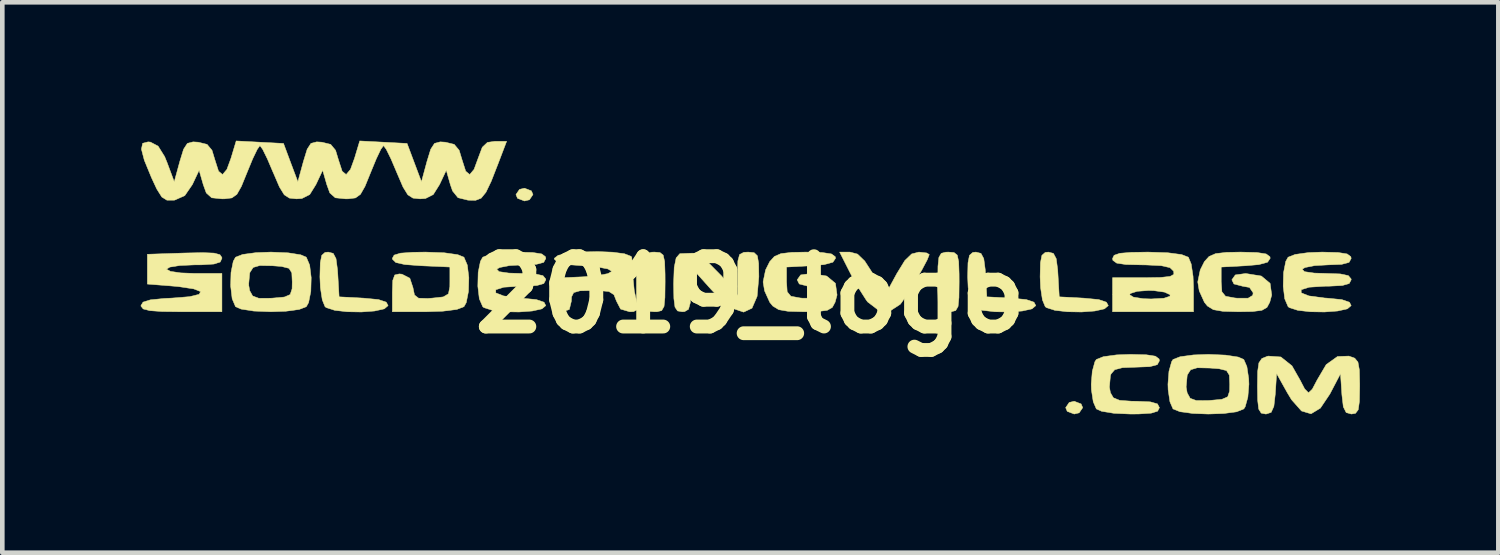
<source format=kicad_pcb>
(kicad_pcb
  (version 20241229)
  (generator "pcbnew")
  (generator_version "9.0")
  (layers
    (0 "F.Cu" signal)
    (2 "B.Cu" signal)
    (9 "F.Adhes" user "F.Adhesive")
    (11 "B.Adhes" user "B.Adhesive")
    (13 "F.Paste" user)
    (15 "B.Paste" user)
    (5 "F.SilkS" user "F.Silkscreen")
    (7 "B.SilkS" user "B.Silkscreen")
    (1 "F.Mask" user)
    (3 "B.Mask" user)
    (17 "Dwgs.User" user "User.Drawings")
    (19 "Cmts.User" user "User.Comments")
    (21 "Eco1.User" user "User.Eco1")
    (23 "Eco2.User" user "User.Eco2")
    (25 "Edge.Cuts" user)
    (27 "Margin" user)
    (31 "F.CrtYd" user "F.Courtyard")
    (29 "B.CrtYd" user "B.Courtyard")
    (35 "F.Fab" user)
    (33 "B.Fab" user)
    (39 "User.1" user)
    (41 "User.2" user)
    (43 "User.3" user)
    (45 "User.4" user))
  (footprint "2019_logo"
    (layer "F.Cu")
    (at 13.213 3.338)
    (property "Reference" "2019_logo" (at 0 0 0) (layer "F.SilkS") (effects (font (size 1.524 1.524) (thickness 0.3))))
    (attr through_hole)
    (fp_poly (pts (xy -4.745 -2.251) (xy -4.711 -2.171) (xy -4.788 -2.058) (xy -4.895 -2.032) (xy -5.046 -2.09) (xy -5.08 -2.171) (xy -5.003 -2.283) (xy -4.895 -2.309) (xy -4.745 -2.251)) (stroke (width 0.01) (type solid)) (fill yes) (layer "F.SilkS"))
    (fp_poly (pts (xy 7.17 2.367) (xy 7.204 2.448) (xy 7.127 2.56) (xy 7.02 2.586) (xy 6.869 2.528) (xy 6.835 2.448) (xy 6.912 2.335) (xy 7.02 2.309) (xy 7.17 2.367)) (stroke (width 0.01) (type solid)) (fill yes) (layer "F.SilkS"))
    (fp_poly (pts (xy -1.958 -0.914) (xy -1.889 -0.859) (xy -1.857 -0.717) (xy -1.848 -0.449) (xy -1.847 -0.277) (xy -1.851 0.061) (xy -1.87 0.254) (xy -1.921 0.343) (xy -2.017 0.368) (xy -2.078 0.369) (xy -2.199 0.36) (xy -2.268 0.305) (xy -2.3 0.163) (xy -2.309 -0.105) (xy -2.309 -0.277) (xy -2.306 -0.615) (xy -2.286 -0.808) (xy -2.235 -0.897) (xy -2.14 -0.922) (xy -2.078 -0.924) (xy -1.958 -0.914)) (stroke (width 0.01) (type solid)) (fill yes) (layer "F.SilkS"))
    (fp_poly (pts (xy 4.416 -0.914) (xy 4.485 -0.859) (xy 4.516 -0.717) (xy 4.525 -0.449) (xy 4.526 -0.277) (xy 4.522 0.061) (xy 4.503 0.254) (xy 4.452 0.343) (xy 4.356 0.368) (xy 4.295 0.369) (xy 4.174 0.36) (xy 4.105 0.305) (xy 4.073 0.163) (xy 4.064 -0.105) (xy 4.064 -0.277) (xy 4.067 -0.615) (xy 4.087 -0.808) (xy 4.138 -0.897) (xy 4.233 -0.922) (xy 4.295 -0.924) (xy 4.416 -0.914)) (stroke (width 0.01) (type solid)) (fill yes) (layer "F.SilkS"))
    (fp_poly (pts (xy -9.04 -0.896) (xy -8.98 -0.782) (xy -8.948 -0.541) (xy -8.941 -0.439) (xy -8.913 0.046) (xy -8.382 0.074) (xy -8.059 0.105) (xy -7.891 0.162) (xy -7.851 0.236) (xy -7.933 0.306) (xy -8.145 0.353) (xy -8.431 0.374) (xy -8.737 0.369) (xy -9.008 0.338) (xy -9.191 0.279) (xy -9.218 0.259) (xy -9.278 0.111) (xy -9.319 -0.156) (xy -9.329 -0.388) (xy -9.321 -0.692) (xy -9.289 -0.854) (xy -9.219 -0.916) (xy -9.149 -0.924) (xy -9.04 -0.896)) (stroke (width 0.01) (type solid)) (fill yes) (layer "F.SilkS"))
    (fp_poly (pts (xy 4.999 -0.896) (xy 5.06 -0.782) (xy 5.092 -0.541) (xy 5.098 -0.439) (xy 5.126 0.046) (xy 5.657 0.074) (xy 5.981 0.105) (xy 6.148 0.162) (xy 6.188 0.236) (xy 6.106 0.306) (xy 5.894 0.353) (xy 5.608 0.374) (xy 5.302 0.369) (xy 5.031 0.338) (xy 4.848 0.279) (xy 4.821 0.259) (xy 4.761 0.111) (xy 4.721 -0.156) (xy 4.711 -0.388) (xy 4.718 -0.692) (xy 4.75 -0.854) (xy 4.821 -0.916) (xy 4.89 -0.924) (xy 4.999 -0.896)) (stroke (width 0.01) (type solid)) (fill yes) (layer "F.SilkS"))
    (fp_poly (pts (xy 6.569 -0.896) (xy 6.63 -0.782) (xy 6.662 -0.541) (xy 6.668 -0.439) (xy 6.696 0.046) (xy 7.227 0.074) (xy 7.551 0.105) (xy 7.718 0.162) (xy 7.759 0.236) (xy 7.676 0.306) (xy 7.465 0.353) (xy 7.179 0.374) (xy 6.873 0.369) (xy 6.601 0.338) (xy 6.418 0.279) (xy 6.392 0.259) (xy 6.331 0.111) (xy 6.291 -0.156) (xy 6.281 -0.388) (xy 6.288 -0.692) (xy 6.32 -0.854) (xy 6.391 -0.916) (xy 6.461 -0.924) (xy 6.569 -0.896)) (stroke (width 0.01) (type solid)) (fill yes) (layer "F.SilkS"))
    (fp_poly (pts (xy 2.323 -0.881) (xy 2.479 -0.731) (xy 2.655 -0.459) (xy 2.923 0.006) (xy 3.176 -0.459) (xy 3.349 -0.741) (xy 3.497 -0.884) (xy 3.654 -0.924) (xy 3.825 -0.905) (xy 3.879 -0.871) (xy 3.834 -0.756) (xy 3.72 -0.541) (xy 3.569 -0.279) (xy 3.412 -0.025) (xy 3.281 0.167) (xy 3.249 0.208) (xy 3.026 0.353) (xy 2.775 0.334) (xy 2.544 0.157) (xy 2.512 0.115) (xy 2.356 -0.13) (xy 2.184 -0.435) (xy 2.135 -0.531) (xy 1.936 -0.924) (xy 2.161 -0.924) (xy 2.323 -0.881)) (stroke (width 0.01) (type solid)) (fill yes) (layer "F.SilkS"))
    (fp_poly (pts (xy 0.083 -0.911) (xy 0.152 -0.845) (xy 0.18 -0.681) (xy 0.185 -0.388) (xy 0.147 0.036) (xy 0.036 0.292) (xy -0.145 0.377) (xy -0.394 0.292) (xy -0.707 0.036) (xy -0.85 -0.115) (xy -1.285 -0.6) (xy -1.289 -0.115) (xy -1.3 0.17) (xy -1.34 0.316) (xy -1.425 0.366) (xy -1.478 0.369) (xy -1.578 0.351) (xy -1.633 0.268) (xy -1.657 0.08) (xy -1.663 -0.234) (xy -1.65 -0.59) (xy -1.608 -0.797) (xy -1.53 -0.888) (xy -1.524 -0.89) (xy -1.251 -0.901) (xy -0.946 -0.733) (xy -0.623 -0.406) (xy -0.277 0.013) (xy -0.277 -0.456) (xy -0.27 -0.732) (xy -0.233 -0.871) (xy -0.142 -0.919) (xy -0.046 -0.924) (xy 0.083 -0.911)) (stroke (width 0.01) (type solid)) (fill yes) (layer "F.SilkS"))
    (fp_poly (pts (xy -11.622 -0.902) (xy -11.496 -0.868) (xy -11.454 -0.807) (xy -11.453 -0.789) (xy -11.49 -0.709) (xy -11.626 -0.665) (xy -11.895 -0.648) (xy -12.053 -0.647) (xy -12.367 -0.633) (xy -12.582 -0.599) (xy -12.654 -0.554) (xy -12.569 -0.506) (xy -12.344 -0.473) (xy -12.053 -0.462) (xy -11.453 -0.462) (xy -11.453 0.369) (xy -12.331 0.369) (xy -12.751 0.364) (xy -13.017 0.345) (xy -13.159 0.308) (xy -13.207 0.248) (xy -13.208 0.235) (xy -13.162 0.16) (xy -13.004 0.111) (xy -12.704 0.081) (xy -12.538 0.073) (xy -12.154 0.042) (xy -11.946 -0.009) (xy -11.915 -0.068) (xy -12.065 -0.127) (xy -12.395 -0.176) (xy -12.491 -0.185) (xy -13.069 -0.231) (xy -13.069 -0.877) (xy -12.261 -0.904) (xy -11.866 -0.912) (xy -11.622 -0.902)) (stroke (width 0.01) (type solid)) (fill yes) (layer "F.SilkS"))
    (fp_poly (pts (xy 8.584 1.302) (xy 8.78 1.332) (xy 8.86 1.393) (xy 8.867 1.432) (xy 8.821 1.516) (xy 8.659 1.559) (xy 8.365 1.57) (xy 8.064 1.581) (xy 7.898 1.625) (xy 7.818 1.718) (xy 7.805 1.755) (xy 7.783 2.001) (xy 7.805 2.124) (xy 7.869 2.234) (xy 8.006 2.29) (xy 8.264 2.308) (xy 8.365 2.309) (xy 8.669 2.322) (xy 8.825 2.366) (xy 8.867 2.448) (xy 8.828 2.524) (xy 8.689 2.567) (xy 8.415 2.585) (xy 8.239 2.586) (xy 7.88 2.57) (xy 7.614 2.526) (xy 7.5 2.475) (xy 7.433 2.321) (xy 7.393 2.061) (xy 7.389 1.94) (xy 7.412 1.659) (xy 7.469 1.451) (xy 7.5 1.404) (xy 7.652 1.343) (xy 7.938 1.304) (xy 8.239 1.293) (xy 8.584 1.302)) (stroke (width 0.01) (type solid)) (fill yes) (layer "F.SilkS"))
    (fp_poly (pts (xy -6.633 -0.909) (xy -6.341 -0.868) (xy -6.207 -0.813) (xy -6.134 -0.642) (xy -6.101 -0.37) (xy -6.109 -0.073) (xy -6.157 0.17) (xy -6.207 0.259) (xy -6.362 0.319) (xy -6.665 0.357) (xy -7.038 0.369) (xy -7.759 0.369) (xy -7.759 -0.053) (xy -7.75 -0.31) (xy -7.707 -0.428) (xy -7.608 -0.451) (xy -7.551 -0.445) (xy -7.38 -0.358) (xy -7.313 -0.157) (xy -7.279 0.006) (xy -7.191 0.075) (xy -6.993 0.081) (xy -6.898 0.074) (xy -6.654 0.047) (xy -6.543 -0.02) (xy -6.513 -0.172) (xy -6.512 -0.277) (xy -6.512 -0.6) (xy -7.135 -0.628) (xy -7.487 -0.654) (xy -7.684 -0.698) (xy -7.756 -0.769) (xy -7.759 -0.789) (xy -7.72 -0.859) (xy -7.582 -0.901) (xy -7.314 -0.92) (xy -7.038 -0.924) (xy -6.633 -0.909)) (stroke (width 0.01) (type solid)) (fill yes) (layer "F.SilkS"))
    (fp_poly (pts (xy 9.046 -0.91) (xy 9.349 -0.87) (xy 9.495 -0.813) (xy 9.556 -0.665) (xy 9.596 -0.399) (xy 9.606 -0.166) (xy 9.606 0.369) (xy 7.851 0.369) (xy 7.851 0) (xy 8.22 0) (xy 8.303 0.052) (xy 8.516 0.086) (xy 8.688 0.092) (xy 8.966 0.076) (xy 9.096 0.032) (xy 9.098 0) (xy 8.978 -0.056) (xy 8.744 -0.089) (xy 8.631 -0.092) (xy 8.385 -0.074) (xy 8.238 -0.027) (xy 8.22 0) (xy 7.851 0) (xy 7.851 -0.369) (xy 8.541 -0.369) (xy 8.896 -0.375) (xy 9.098 -0.397) (xy 9.18 -0.442) (xy 9.177 -0.508) (xy 9.096 -0.587) (xy 8.905 -0.63) (xy 8.571 -0.646) (xy 8.488 -0.647) (xy 8.139 -0.655) (xy 7.941 -0.685) (xy 7.859 -0.744) (xy 7.851 -0.785) (xy 7.885 -0.855) (xy 8.009 -0.898) (xy 8.254 -0.918) (xy 8.618 -0.924) (xy 9.046 -0.91)) (stroke (width 0.01) (type solid)) (fill yes) (layer "F.SilkS"))
    (fp_poly (pts (xy 1.558 -0.915) (xy 1.759 -0.884) (xy 1.841 -0.824) (xy 1.847 -0.79) (xy 1.79 -0.705) (xy 1.601 -0.653) (xy 1.316 -0.628) (xy 0.785 -0.6) (xy 0.785 -0.277) (xy 0.799 -0.064) (xy 0.879 0.033) (xy 1.078 0.07) (xy 1.131 0.075) (xy 1.369 0.075) (xy 1.468 0.014) (xy 1.478 -0.041) (xy 1.398 -0.158) (xy 1.247 -0.185) (xy 1.061 -0.233) (xy 1.016 -0.323) (xy 1.091 -0.429) (xy 1.316 -0.46) (xy 1.655 -0.405) (xy 1.845 -0.247) (xy 1.88 0.006) (xy 1.838 0.162) (xy 1.777 0.275) (xy 1.667 0.338) (xy 1.463 0.364) (xy 1.163 0.369) (xy 0.824 0.36) (xy 0.616 0.324) (xy 0.487 0.245) (xy 0.421 0.164) (xy 0.309 -0.084) (xy 0.277 -0.277) (xy 0.331 -0.538) (xy 0.421 -0.718) (xy 0.522 -0.829) (xy 0.664 -0.891) (xy 0.897 -0.918) (xy 1.206 -0.924) (xy 1.558 -0.915)) (stroke (width 0.01) (type solid)) (fill yes) (layer "F.SilkS"))
    (fp_poly (pts (xy 10.98 -0.915) (xy 11.18 -0.884) (xy 11.262 -0.824) (xy 11.268 -0.79) (xy 11.211 -0.705) (xy 11.022 -0.653) (xy 10.737 -0.628) (xy 10.206 -0.6) (xy 10.206 -0.277) (xy 10.221 -0.064) (xy 10.3 0.033) (xy 10.5 0.07) (xy 10.553 0.075) (xy 10.79 0.075) (xy 10.889 0.014) (xy 10.899 -0.041) (xy 10.819 -0.158) (xy 10.668 -0.185) (xy 10.482 -0.233) (xy 10.437 -0.323) (xy 10.512 -0.429) (xy 10.737 -0.46) (xy 11.076 -0.405) (xy 11.266 -0.247) (xy 11.301 0.006) (xy 11.259 0.162) (xy 11.198 0.275) (xy 11.088 0.338) (xy 10.884 0.364) (xy 10.584 0.369) (xy 10.245 0.36) (xy 10.037 0.324) (xy 9.908 0.245) (xy 9.842 0.164) (xy 9.73 -0.084) (xy 9.698 -0.277) (xy 9.752 -0.538) (xy 9.842 -0.718) (xy 9.943 -0.829) (xy 10.085 -0.891) (xy 10.319 -0.918) (xy 10.627 -0.924) (xy 10.98 -0.915)) (stroke (width 0.01) (type solid)) (fill yes) (layer "F.SilkS"))
    (fp_poly (pts (xy -10.018 -0.908) (xy -9.744 -0.865) (xy -9.624 -0.813) (xy -9.551 -0.642) (xy -9.518 -0.37) (xy -9.526 -0.073) (xy -9.574 0.17) (xy -9.624 0.259) (xy -9.778 0.319) (xy -10.069 0.358) (xy -10.391 0.369) (xy -10.764 0.354) (xy -11.038 0.311) (xy -11.158 0.259) (xy -11.231 0.088) (xy -11.263 -0.185) (xy -11.263 -0.218) (xy -10.874 -0.218) (xy -10.851 -0.088) (xy -10.786 0.028) (xy -10.653 0.077) (xy -10.397 0.076) (xy -10.36 0.074) (xy -10.099 0.05) (xy -9.973 -0.004) (xy -9.932 -0.128) (xy -9.929 -0.277) (xy -9.938 -0.474) (xy -9.999 -0.572) (xy -10.161 -0.613) (xy -10.36 -0.628) (xy -10.632 -0.633) (xy -10.776 -0.591) (xy -10.846 -0.483) (xy -10.851 -0.467) (xy -10.874 -0.218) (xy -11.263 -0.218) (xy -11.256 -0.481) (xy -11.207 -0.724) (xy -11.158 -0.813) (xy -11.004 -0.873) (xy -10.713 -0.912) (xy -10.391 -0.924) (xy -10.018 -0.908)) (stroke (width 0.01) (type solid)) (fill yes) (layer "F.SilkS"))
    (fp_poly (pts (xy -4.716 -0.915) (xy -4.52 -0.884) (xy -4.441 -0.824) (xy -4.433 -0.785) (xy -4.479 -0.701) (xy -4.641 -0.658) (xy -4.936 -0.647) (xy -5.225 -0.631) (xy -5.433 -0.59) (xy -5.496 -0.554) (xy -5.446 -0.5) (xy -5.233 -0.469) (xy -4.993 -0.462) (xy -4.67 -0.451) (xy -4.495 -0.414) (xy -4.435 -0.342) (xy -4.433 -0.323) (xy -4.476 -0.243) (xy -4.625 -0.2) (xy -4.917 -0.185) (xy -4.995 -0.185) (xy -5.344 -0.163) (xy -5.517 -0.108) (xy -5.517 -0.04) (xy -5.348 0.026) (xy -5.011 0.071) (xy -4.957 0.074) (xy -4.636 0.106) (xy -4.471 0.163) (xy -4.433 0.236) (xy -4.516 0.306) (xy -4.727 0.353) (xy -5.013 0.374) (xy -5.319 0.369) (xy -5.591 0.338) (xy -5.774 0.279) (xy -5.8 0.259) (xy -5.874 0.088) (xy -5.906 -0.185) (xy -5.899 -0.481) (xy -5.85 -0.724) (xy -5.8 -0.813) (xy -5.648 -0.873) (xy -5.362 -0.913) (xy -5.062 -0.924) (xy -4.716 -0.915)) (stroke (width 0.01) (type solid)) (fill yes) (layer "F.SilkS"))
    (fp_poly (pts (xy 10.302 1.309) (xy 10.576 1.351) (xy 10.696 1.404) (xy 10.763 1.558) (xy 10.802 1.818) (xy 10.807 1.94) (xy 10.784 2.22) (xy 10.726 2.428) (xy 10.696 2.475) (xy 10.541 2.537) (xy 10.264 2.574) (xy 9.926 2.586) (xy 9.589 2.573) (xy 9.314 2.536) (xy 9.162 2.475) (xy 9.095 2.321) (xy 9.056 2.061) (xy 9.054 1.999) (xy 9.446 1.999) (xy 9.469 2.129) (xy 9.534 2.245) (xy 9.667 2.294) (xy 9.923 2.293) (xy 9.96 2.291) (xy 10.221 2.267) (xy 10.347 2.213) (xy 10.388 2.089) (xy 10.391 1.94) (xy 10.382 1.743) (xy 10.321 1.644) (xy 10.159 1.604) (xy 9.96 1.589) (xy 9.688 1.583) (xy 9.544 1.626) (xy 9.474 1.734) (xy 9.469 1.75) (xy 9.446 1.999) (xy 9.054 1.999) (xy 9.052 1.94) (xy 9.074 1.659) (xy 9.132 1.451) (xy 9.162 1.404) (xy 9.316 1.344) (xy 9.607 1.305) (xy 9.929 1.293) (xy 10.302 1.309)) (stroke (width 0.01) (type solid)) (fill yes) (layer "F.SilkS"))
    (fp_poly (pts (xy 12.741 -0.915) (xy 12.936 -0.884) (xy 13.016 -0.824) (xy 13.023 -0.785) (xy 12.977 -0.701) (xy 12.816 -0.658) (xy 12.521 -0.647) (xy 12.231 -0.631) (xy 12.024 -0.59) (xy 11.961 -0.554) (xy 12.01 -0.5) (xy 12.224 -0.469) (xy 12.464 -0.462) (xy 12.787 -0.451) (xy 12.962 -0.414) (xy 13.022 -0.342) (xy 13.023 -0.323) (xy 12.981 -0.243) (xy 12.832 -0.2) (xy 12.54 -0.185) (xy 12.461 -0.185) (xy 12.113 -0.163) (xy 11.94 -0.108) (xy 11.94 -0.04) (xy 12.109 0.026) (xy 12.446 0.071) (xy 12.499 0.074) (xy 12.821 0.106) (xy 12.986 0.163) (xy 13.023 0.236) (xy 12.941 0.306) (xy 12.729 0.353) (xy 12.443 0.374) (xy 12.137 0.369) (xy 11.866 0.338) (xy 11.683 0.279) (xy 11.656 0.259) (xy 11.583 0.088) (xy 11.55 -0.185) (xy 11.558 -0.481) (xy 11.606 -0.724) (xy 11.656 -0.813) (xy 11.809 -0.873) (xy 12.095 -0.913) (xy 12.395 -0.924) (xy 12.741 -0.915)) (stroke (width 0.01) (type solid)) (fill yes) (layer "F.SilkS"))
    (fp_poly (pts (xy -2.986 -0.922) (xy -2.728 -0.888) (xy -2.584 -0.832) (xy -2.57 -0.808) (xy -2.557 -0.641) (xy -2.544 -0.392) (xy -2.543 -0.369) (xy -2.515 -0.082) (xy -2.461 0.159) (xy -2.46 0.162) (xy -2.434 0.316) (xy -2.534 0.367) (xy -2.616 0.369) (xy -2.812 0.311) (xy -2.901 0.139) (xy -2.956 -0.000039) (xy -3.064 -0.069) (xy -3.28 -0.091) (xy -3.419 -0.092) (xy -3.693 -0.085) (xy -3.829 -0.046) (xy -3.875 0.047) (xy -3.879 0.139) (xy -3.923 0.32) (xy -4.064 0.369) (xy -4.185 0.338) (xy -4.239 0.212) (xy -4.249 0.004) (xy -4.249 -0.361) (xy -3.625 -0.388) (xy -3.313 -0.415) (xy -3.089 -0.457) (xy -3.002 -0.507) (xy -3.002 -0.508) (xy -3.086 -0.558) (xy -3.308 -0.601) (xy -3.619 -0.627) (xy -3.625 -0.628) (xy -3.977 -0.654) (xy -4.174 -0.698) (xy -4.246 -0.769) (xy -4.249 -0.789) (xy -4.165 -0.854) (xy -3.947 -0.9) (xy -3.645 -0.927) (xy -3.308 -0.935) (xy -2.986 -0.922)) (stroke (width 0.01) (type solid)) (fill yes) (layer "F.SilkS"))
    (fp_poly (pts (xy 13.1 1.375) (xy 13.17 1.46) (xy 13.201 1.631) (xy 13.208 1.934) (xy 13.208 1.988) (xy 13.202 2.312) (xy 13.176 2.493) (xy 13.117 2.571) (xy 13.028 2.586) (xy 12.915 2.554) (xy 12.853 2.43) (xy 12.822 2.167) (xy 12.821 2.149) (xy 12.792 1.712) (xy 12.561 2.153) (xy 12.356 2.458) (xy 12.153 2.581) (xy 11.947 2.52) (xy 11.731 2.276) (xy 11.639 2.124) (xy 11.407 1.709) (xy 11.379 2.147) (xy 11.348 2.419) (xy 11.289 2.55) (xy 11.18 2.586) (xy 11.171 2.586) (xy 11.073 2.566) (xy 11.019 2.479) (xy 10.996 2.283) (xy 10.991 1.988) (xy 10.996 1.663) (xy 11.023 1.477) (xy 11.087 1.383) (xy 11.205 1.335) (xy 11.226 1.33) (xy 11.499 1.349) (xy 11.74 1.541) (xy 11.918 1.854) (xy 12.015 2.041) (xy 12.097 2.124) (xy 12.1 2.124) (xy 12.18 2.048) (xy 12.277 1.864) (xy 12.282 1.854) (xy 12.482 1.514) (xy 12.727 1.339) (xy 12.973 1.33) (xy 13.1 1.375)) (stroke (width 0.01) (type solid)) (fill yes) (layer "F.SilkS"))
    (fp_poly (pts (xy -7.953 -3.306) (xy -7.44 -3.279) (xy -7.128 -2.448) (xy -7.008 -2.891) (xy -6.927 -3.154) (xy -6.845 -3.28) (xy -6.721 -3.313) (xy -6.61 -3.306) (xy -6.418 -3.259) (xy -6.311 -3.131) (xy -6.251 -2.933) (xy -6.169 -2.677) (xy -6.082 -2.605) (xy -5.988 -2.717) (xy -5.9 -2.956) (xy -5.81 -3.196) (xy -5.698 -3.302) (xy -5.536 -3.325) (xy -5.282 -3.325) (xy -5.465 -2.845) (xy -5.615 -2.461) (xy -5.73 -2.221) (xy -5.834 -2.093) (xy -5.954 -2.046) (xy -6.114 -2.049) (xy -6.122 -2.05) (xy -6.336 -2.103) (xy -6.454 -2.249) (xy -6.502 -2.388) (xy -6.59 -2.698) (xy -6.736 -2.388) (xy -6.872 -2.171) (xy -7.04 -2.086) (xy -7.158 -2.078) (xy -7.312 -2.094) (xy -7.424 -2.166) (xy -7.528 -2.335) (xy -7.658 -2.637) (xy -7.665 -2.654) (xy -7.789 -2.945) (xy -7.891 -3.152) (xy -7.95 -3.232) (xy -7.95 -3.232) (xy -8.008 -3.153) (xy -8.107 -2.946) (xy -8.227 -2.655) (xy -8.352 -2.348) (xy -8.451 -2.175) (xy -8.559 -2.098) (xy -8.714 -2.079) (xy -8.771 -2.078) (xy -8.996 -2.101) (xy -9.114 -2.206) (xy -9.18 -2.388) (xy -9.269 -2.698) (xy -9.415 -2.388) (xy -9.55 -2.171) (xy -9.719 -2.086) (xy -9.836 -2.078) (xy -9.99 -2.094) (xy -10.102 -2.166) (xy -10.206 -2.335) (xy -10.336 -2.637) (xy -10.344 -2.654) (xy -10.468 -2.945) (xy -10.57 -3.152) (xy -10.629 -3.232) (xy -10.629 -3.232) (xy -10.686 -3.153) (xy -10.786 -2.946) (xy -10.906 -2.655) (xy -11.031 -2.348) (xy -11.129 -2.175) (xy -11.238 -2.098) (xy -11.393 -2.079) (xy -11.45 -2.078) (xy -11.675 -2.101) (xy -11.792 -2.206) (xy -11.858 -2.388) (xy -11.947 -2.698) (xy -12.093 -2.388) (xy -12.258 -2.148) (xy -12.477 -2.051) (xy -12.495 -2.049) (xy -12.645 -2.049) (xy -12.756 -2.118) (xy -12.865 -2.291) (xy -12.979 -2.536) (xy -13.135 -2.915) (xy -13.198 -3.156) (xy -13.171 -3.282) (xy -13.053 -3.313) (xy -13.002 -3.308) (xy -12.836 -3.221) (xy -12.694 -2.993) (xy -12.641 -2.863) (xy -12.486 -2.448) (xy -12.365 -2.891) (xy -12.284 -3.154) (xy -12.202 -3.28) (xy -12.078 -3.313) (xy -11.967 -3.306) (xy -11.775 -3.259) (xy -11.668 -3.131) (xy -11.608 -2.933) (xy -11.526 -2.677) (xy -11.439 -2.605) (xy -11.345 -2.717) (xy -11.256 -2.96) (xy -11.144 -3.333) (xy -10.631 -3.306) (xy -10.118 -3.279) (xy -9.963 -2.863) (xy -9.807 -2.448) (xy -9.686 -2.891) (xy -9.605 -3.154) (xy -9.523 -3.28) (xy -9.399 -3.313) (xy -9.288 -3.306) (xy -9.096 -3.259) (xy -8.99 -3.131) (xy -8.93 -2.933) (xy -8.847 -2.677) (xy -8.76 -2.605) (xy -8.666 -2.717) (xy -8.578 -2.96) (xy -8.466 -3.333) (xy -7.953 -3.306)) (stroke (width 0.01) (type solid)) (fill yes) (layer "F.SilkS")))
  (gr_rect
    (start -3 -3)
    (end 29.426 8.93)
    (stroke (width 0.1) (type default))
    (fill no)
    (layer "Edge.Cuts")))
</source>
